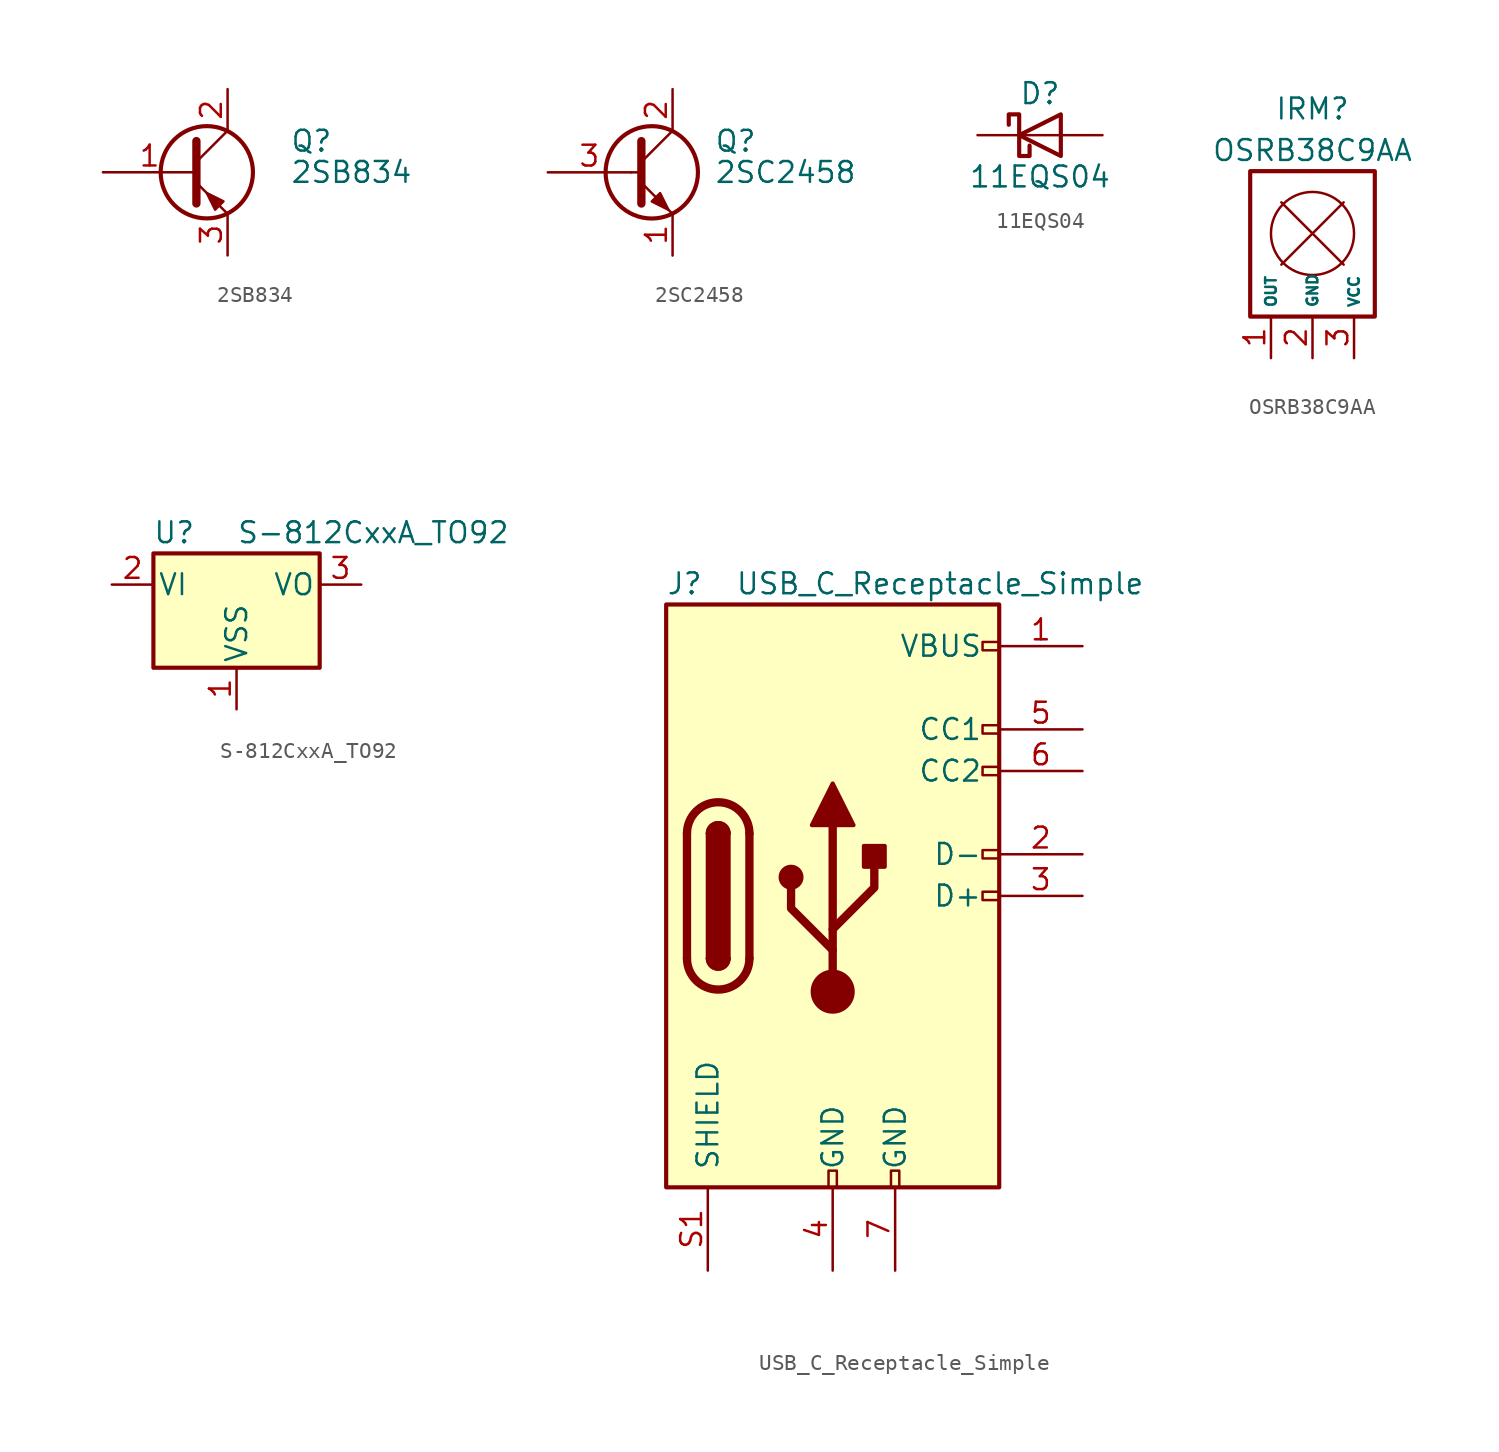
<source format=kicad_sym>
(kicad_symbol_lib
  (version 20220914)
  (generator kicad_symbol_editor)
  (symbol "2SB834"
    (pin_names
      (offset 0) hide)
    (property "Reference" "Q"
      (at 6.35 1.905 0)
      (effects (font (size 1.27 1.27)) (justify left)))
    (property "Value" "2SB834"
      (at 6.35 0 0)
      (effects (font (size 1.27 1.27)) (justify left)))
    (symbol "2SB834_0_1"
      (polyline (pts (xy 0.635 0.635) (xy 2.54 2.54)) (stroke (width 0) (type default)) (fill (type none)))
      (polyline (pts (xy 0.635 -0.635) (xy 2.54 -2.54) (xy 2.54 -2.54)) (stroke (width 0) (type default)) (fill (type none)))
      (polyline (pts (xy 0.635 1.905) (xy 0.635 -1.905) (xy 0.635 -1.905)) (stroke (width 0.508) (type default)) (fill (type none)))
      (polyline (pts (xy 2.286 -1.778) (xy 1.778 -2.286) (xy 1.27 -1.27) (xy 2.286 -1.778) (xy 2.286 -1.778)) (stroke (width 0) (type default)) (fill (type outline)))
      (circle (center 1.27 0) (radius 2.819) (stroke (width 0.254) (type default)) (fill (type none))))
    (symbol "2SB834_1_1"
      (pin input line (at -5.08 0 0) (length 5.715) (name "B" (effects (font (size 1.27 1.27)))) (number "1" (effects (font (size 1.27 1.27)))))
      (pin passive line (at 2.54 5.08 270) (length 2.54) (name "C" (effects (font (size 1.27 1.27)))) (number "2" (effects (font (size 1.27 1.27)))))
      (pin passive line (at 2.54 -5.08 90) (length 2.54) (name "E" (effects (font (size 1.27 1.27)))) (number "3" (effects (font (size 1.27 1.27)))))))
  (symbol "2SC2458"
    (pin_names
      (offset 0) hide)
    (property "Reference" "Q"
      (at 5.08 1.905 0)
      (effects (font (size 1.27 1.27)) (justify left)))
    (property "Value" "2SC2458"
      (at 5.08 0 0)
      (effects (font (size 1.27 1.27)) (justify left)))
    (symbol "2SC2458_0_1"
      (polyline (pts (xy 0 0) (xy 0.508 0)) (stroke (width 0) (type default)) (fill (type none)))
      (polyline (pts (xy 0.635 0.635) (xy 2.54 2.54)) (stroke (width 0) (type default)) (fill (type none)))
      (polyline (pts (xy 0.635 -0.635) (xy 2.54 -2.54) (xy 2.54 -2.54)) (stroke (width 0) (type default)) (fill (type none)))
      (polyline (pts (xy 0.635 1.905) (xy 0.635 -1.905) (xy 0.635 -1.905)) (stroke (width 0.508) (type default)) (fill (type none)))
      (polyline (pts (xy 1.27 -1.778) (xy 1.778 -1.27) (xy 2.286 -2.286) (xy 1.27 -1.778) (xy 1.27 -1.778)) (stroke (width 0) (type default)) (fill (type outline)))
      (circle (center 1.27 0) (radius 2.819) (stroke (width 0.254) (type default)) (fill (type none))))
    (symbol "2SC2458_1_1"
      (pin passive line (at 2.54 -5.08 90) (length 2.54) (name "E" (effects (font (size 1.27 1.27)))) (number "1" (effects (font (size 1.27 1.27)))))
      (pin passive line (at 2.54 5.08 270) (length 2.54) (name "C" (effects (font (size 1.27 1.27)))) (number "2" (effects (font (size 1.27 1.27)))))
      (pin input line (at -5.08 0 0) (length 5.08) (name "B" (effects (font (size 1.27 1.27)))) (number "3" (effects (font (size 1.27 1.27)))))))
  (symbol "11EQS04"
    (pin_numbers hide)
    (pin_names
      (offset 1.016) hide)
    (property "Reference" "D"
      (at 0 2.54 0)
      (effects (font (size 1.27 1.27))))
    (property "Value" "11EQS04"
      (at 0 -2.54 0)
      (effects (font (size 1.27 1.27))))
    (symbol "11EQS04_0_1"
      (polyline (pts (xy 1.27 0) (xy -1.27 0)) (stroke (width 0) (type default)) (fill (type none)))
      (polyline (pts (xy 1.27 1.27) (xy 1.27 -1.27) (xy -1.27 0) (xy 1.27 1.27)) (stroke (width 0.254) (type default)) (fill (type none)))
      (polyline (pts (xy -1.905 0.635) (xy -1.905 1.27) (xy -1.27 1.27) (xy -1.27 -1.27) (xy -0.635 -1.27) (xy -0.635 -0.635)) (stroke (width 0.254) (type default)) (fill (type none))))
    (symbol "11EQS04_1_1"
      (pin passive line (at -3.81 0 0) (length 2.54) (name "K" (effects (font (size 1.27 1.27)))) (number "1" (effects (font (size 1.27 1.27)))))
      (pin passive line (at 3.81 0 180) (length 2.54) (name "A" (effects (font (size 1.27 1.27)))) (number "2" (effects (font (size 1.27 1.27)))))))
  (symbol "OSRB38C9AA"
    (property "Reference" "IRM"
      (at 0 7.62 0)
      (effects (font (size 1.27 1.27))))
    (property "Value" "OSRB38C9AA"
      (at 0 5.08 0)
      (effects (font (size 1.27 1.27))))
    (symbol "OSRB38C9AA_0_1"
      (polyline (pts (xy -1.905 -1.905) (xy 1.905 1.905)) (stroke (width 0) (type default)) (fill (type none)))
      (polyline (pts (xy -1.905 1.905) (xy 1.905 -1.905)) (stroke (width 0) (type default)) (fill (type none)))
      (circle (center 0 0) (radius 2.54) (stroke (width 0) (type default)) (fill (type none))))
    (symbol "OSRB38C9AA_1_1"
      (rectangle (start -3.81 3.81) (end 3.81 -5.08) (stroke (width 0.254) (type default)) (fill (type none)))
      (pin output line (at -2.54 -7.62 90) (length 2.54) (name "OUT" (effects (font (size 0.65 0.65)))) (number "1" (effects (font (size 1.27 1.27)))))
      (pin input line (at 0 -7.62 90) (length 2.54) (name "GND" (effects (font (size 0.65 0.65)))) (number "2" (effects (font (size 1.27 1.27)))))
      (pin input line (at 2.54 -7.62 90) (length 2.54) (name "VCC" (effects (font (size 0.65 0.65)))) (number "3" (effects (font (size 1.27 1.27)))))))
  (symbol "S-812CxxA_TO92"
    (pin_names
      (offset 0.254))
    (property "Reference" "U"
      (at -3.81 3.175 0)
      (effects (font (size 1.27 1.27))))
    (property "Value" "S-812CxxA_TO92"
      (at 0 3.175 0)
      (effects (font (size 1.27 1.27)) (justify left)))
    (symbol "S-812CxxA_TO92_0_1"
      (rectangle (start -5.08 -5.08) (end 5.08 1.905) (stroke (width 0.254) (type default)) (fill (type background))))
    (symbol "S-812CxxA_TO92_1_1"
      (pin power_in line (at 0 -7.62 90) (length 2.54) (name "VSS" (effects (font (size 1.27 1.27)))) (number "1" (effects (font (size 1.27 1.27)))))
      (pin power_in line (at -7.62 0 0) (length 2.54) (name "VI" (effects (font (size 1.27 1.27)))) (number "2" (effects (font (size 1.27 1.27)))))
      (pin power_out line (at 7.62 0 180) (length 2.54) (name "VO" (effects (font (size 1.27 1.27)))) (number "3" (effects (font (size 1.27 1.27)))))))
  (symbol "USB_C_Receptacle_Simple"
    (pin_names
      (offset 1.016))
    (property "Reference" "J"
      (at -10.16 19.05 0)
      (effects (font (size 1.27 1.27)) (justify left)))
    (property "Value" "USB_C_Receptacle_Simple"
      (at 19.05 19.05 0)
      (effects (font (size 1.27 1.27)) (justify right)))
    (symbol "USB_C_Receptacle_Simple_0_0"
      (rectangle (start -0.254 -16.764) (end 0.254 -17.78) (stroke (width 0) (type default)) (fill (type none)))
      (rectangle (start 3.556 -16.764) (end 4.064 -17.78) (stroke (width 0) (type default)) (fill (type none)))
      (rectangle (start 10.16 0.254) (end 9.144 -0.254) (stroke (width 0) (type default)) (fill (type none)))
      (rectangle (start 10.16 2.794) (end 9.144 2.286) (stroke (width 0) (type default)) (fill (type none)))
      (rectangle (start 10.16 7.874) (end 9.144 7.366) (stroke (width 0) (type default)) (fill (type none)))
      (rectangle (start 10.16 10.414) (end 9.144 9.906) (stroke (width 0) (type default)) (fill (type none)))
      (rectangle (start 10.16 15.494) (end 9.144 14.986) (stroke (width 0) (type default)) (fill (type none))))
    (symbol "USB_C_Receptacle_Simple_0_1"
      (rectangle (start -10.16 17.78) (end 10.16 -17.78) (stroke (width 0.254) (type default)) (fill (type background)))
      (arc (start -8.89 -3.81) (mid -6.985 -5.7067) (end -5.08 -3.81) (stroke (width 0.508) (type default)) (fill (type none)))
      (arc (start -7.62 -3.81) (mid -6.985 -4.4423) (end -6.35 -3.81) (stroke (width 0.254) (type default)) (fill (type none)))
      (arc (start -7.62 -3.81) (mid -6.985 -4.4423) (end -6.35 -3.81) (stroke (width 0.254) (type default)) (fill (type outline)))
      (rectangle (start -7.62 -3.81) (end -6.35 3.81) (stroke (width 0.254) (type default)) (fill (type outline)))
      (arc (start -6.35 3.81) (mid -6.985 4.4423) (end -7.62 3.81) (stroke (width 0.254) (type default)) (fill (type none)))
      (arc (start -6.35 3.81) (mid -6.985 4.4423) (end -7.62 3.81) (stroke (width 0.254) (type default)) (fill (type outline)))
      (arc (start -5.08 3.81) (mid -6.985 5.7067) (end -8.89 3.81) (stroke (width 0.508) (type default)) (fill (type none)))
      (circle (center -2.54 1.143) (radius 0.635) (stroke (width 0.254) (type default)) (fill (type outline)))
      (circle (center 0 -5.842) (radius 1.27) (stroke (width 0) (type default)) (fill (type outline)))
      (polyline (pts (xy -8.89 -3.81) (xy -8.89 3.81)) (stroke (width 0.508) (type default)) (fill (type none)))
      (polyline (pts (xy -5.08 3.81) (xy -5.08 -3.81)) (stroke (width 0.508) (type default)) (fill (type none)))
      (polyline (pts (xy 0 -5.842) (xy 0 4.318)) (stroke (width 0.508) (type default)) (fill (type none)))
      (polyline (pts (xy 0 -3.302) (xy -2.54 -0.762) (xy -2.54 0.508)) (stroke (width 0.508) (type default)) (fill (type none)))
      (polyline (pts (xy 0 -2.032) (xy 2.54 0.508) (xy 2.54 1.778)) (stroke (width 0.508) (type default)) (fill (type none)))
      (polyline (pts (xy -1.27 4.318) (xy 0 6.858) (xy 1.27 4.318) (xy -1.27 4.318)) (stroke (width 0.254) (type default)) (fill (type outline)))
      (rectangle (start 1.905 1.778) (end 3.175 3.048) (stroke (width 0.254) (type default)) (fill (type outline))))
    (symbol "USB_C_Receptacle_Simple_1_1"
      (pin passive line (at 15.24 15.24 180) (length 5.08) (name "VBUS" (effects (font (size 1.27 1.27)))) (number "1" (effects (font (size 1.27 1.27)))) (alternate "A4" passive line))
      (pin bidirectional line (at 15.24 2.54 180) (length 5.08) (name "D-" (effects (font (size 1.27 1.27)))) (number "2" (effects (font (size 1.27 1.27)))) (alternate "A7" bidirectional line))
      (pin bidirectional line (at 15.24 0 180) (length 5.08) (name "D+" (effects (font (size 1.27 1.27)))) (number "3" (effects (font (size 1.27 1.27)))) (alternate "A6" bidirectional line))
      (pin passive line (at 0 -22.86 90) (length 5.08) (name "GND" (effects (font (size 1.27 1.27)))) (number "4" (effects (font (size 1.27 1.27)))) (alternate "A1" passive line))
      (pin bidirectional line (at 15.24 10.16 180) (length 5.08) (name "CC1" (effects (font (size 1.27 1.27)))) (number "5" (effects (font (size 1.27 1.27)))) (alternate "A5" bidirectional line))
      (pin bidirectional line (at 15.24 7.62 180) (length 5.08) (name "CC2" (effects (font (size 1.27 1.27)))) (number "6" (effects (font (size 1.27 1.27)))) (alternate "B5" bidirectional line))
      (pin passive line (at 3.81 -22.86 90) (length 5.08) (name "GND" (effects (font (size 1.27 1.27)))) (number "7" (effects (font (size 1.27 1.27)))) (alternate "B1" passive line))
      (pin passive line (at 0 -22.86 90) (length 5.08) hide (name "GND" (effects (font (size 1.27 1.27)))) (number "A12" (effects (font (size 1.27 1.27)))))
      (pin passive line (at 15.24 15.24 180) (length 5.08) hide (name "VBUS" (effects (font (size 1.27 1.27)))) (number "A9" (effects (font (size 1.27 1.27)))))
      (pin passive line (at 3.81 -22.86 90) (length 5.08) hide (name "GND" (effects (font (size 1.27 1.27)))) (number "B12" (effects (font (size 1.27 1.27)))))
      (pin passive line (at 15.24 15.24 180) (length 5.08) hide (name "VBUS" (effects (font (size 1.27 1.27)))) (number "B4" (effects (font (size 1.27 1.27)))))
      (pin bidirectional line (at 15.24 0 180) (length 5.08) hide (name "D+" (effects (font (size 1.27 1.27)))) (number "B6" (effects (font (size 1.27 1.27)))) (alternate "3" bidirectional line))
      (pin bidirectional line (at 15.24 2.54 180) (length 5.08) hide (name "D-" (effects (font (size 1.27 1.27)))) (number "B7" (effects (font (size 1.27 1.27)))) (alternate "2" bidirectional line))
      (pin passive line (at 15.24 15.24 180) (length 5.08) hide (name "VBUS" (effects (font (size 1.27 1.27)))) (number "B9" (effects (font (size 1.27 1.27)))))
      (pin passive line (at -7.62 -22.86 90) (length 5.08) (name "SHIELD" (effects (font (size 1.27 1.27)))) (number "S1" (effects (font (size 1.27 1.27))))))))
</source>
